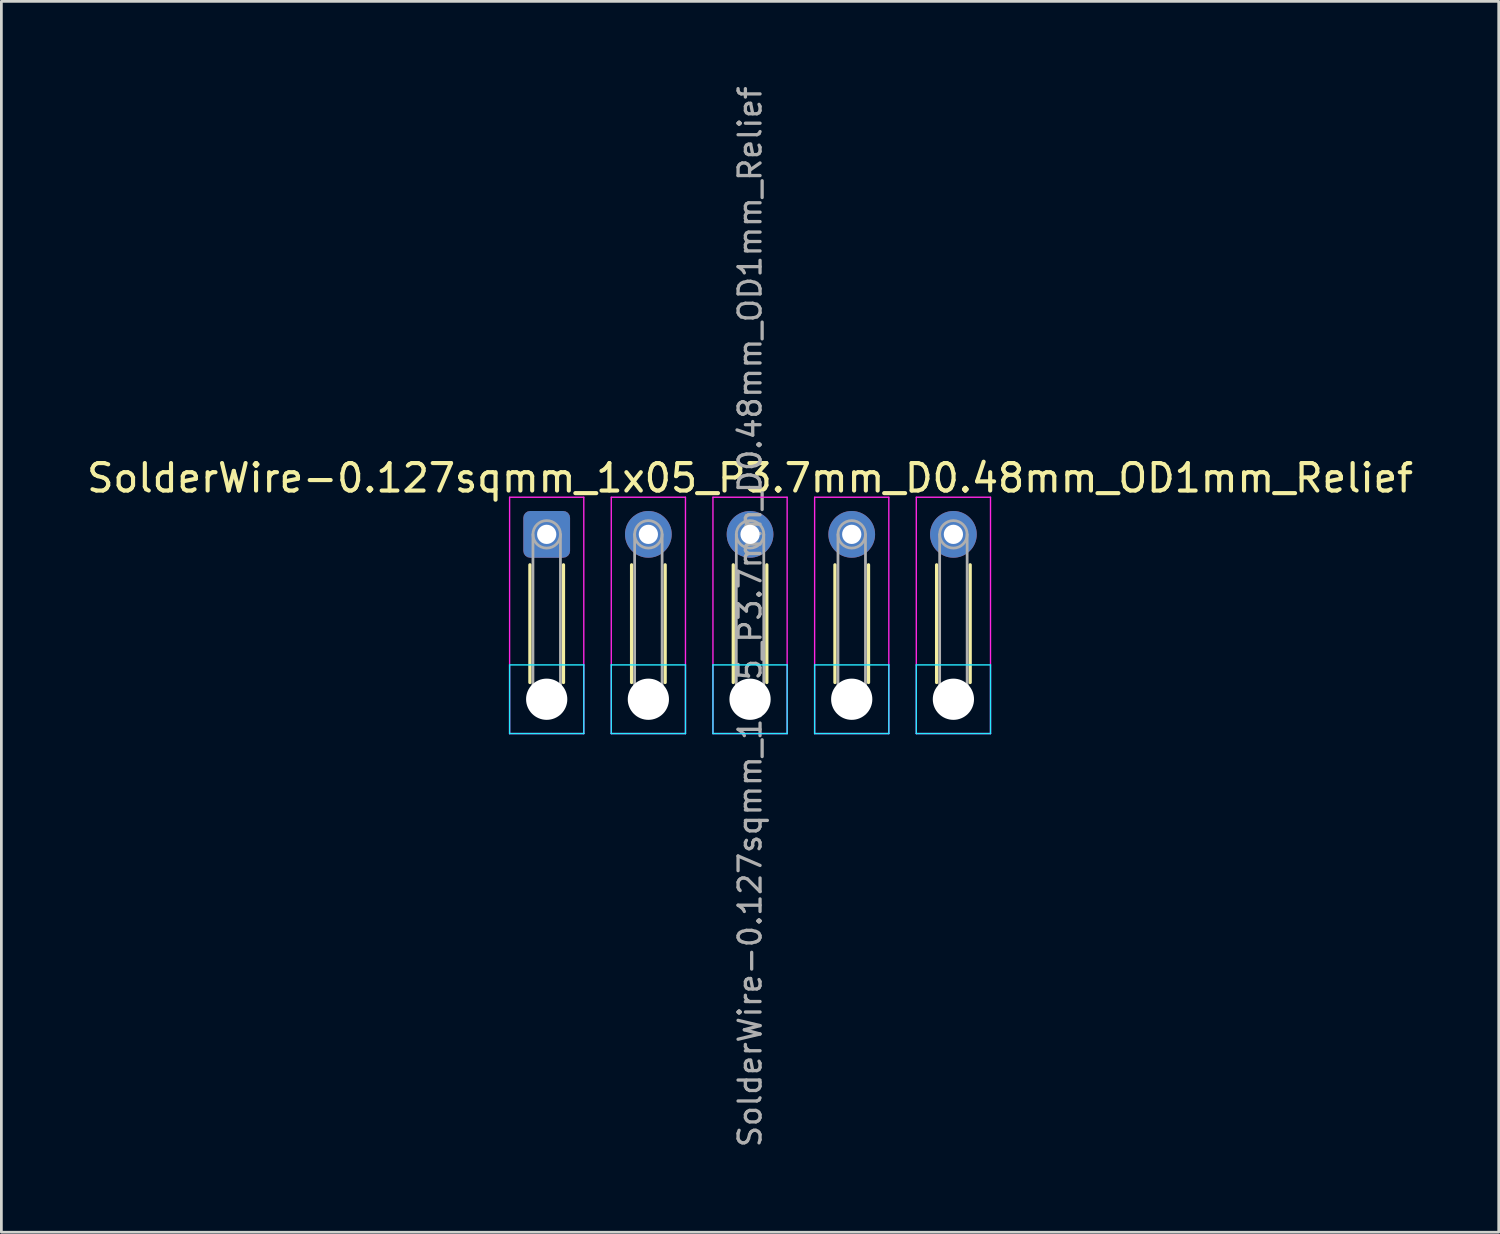
<source format=kicad_pcb>
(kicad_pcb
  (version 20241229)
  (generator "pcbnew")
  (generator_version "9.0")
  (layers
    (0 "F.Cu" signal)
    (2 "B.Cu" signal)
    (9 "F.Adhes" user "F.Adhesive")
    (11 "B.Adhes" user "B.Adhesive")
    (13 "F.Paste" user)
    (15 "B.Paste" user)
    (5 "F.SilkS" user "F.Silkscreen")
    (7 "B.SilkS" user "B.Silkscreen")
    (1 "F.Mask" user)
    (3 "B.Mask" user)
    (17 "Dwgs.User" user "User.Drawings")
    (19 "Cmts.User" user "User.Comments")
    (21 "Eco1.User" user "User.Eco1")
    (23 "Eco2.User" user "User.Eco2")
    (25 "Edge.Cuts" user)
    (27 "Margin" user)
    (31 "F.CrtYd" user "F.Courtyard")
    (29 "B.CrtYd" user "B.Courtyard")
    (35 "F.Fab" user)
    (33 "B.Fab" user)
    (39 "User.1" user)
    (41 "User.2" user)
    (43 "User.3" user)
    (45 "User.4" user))
  (footprint "SolderWire-0.127sqmm_1x05_P3.7mm_D0.48mm_OD1mm_Relief"
    (layer "F.Cu")
    (at 16.844 16.395)
    (property "Reference" "SolderWire-0.127sqmm_1x05_P3.7mm_D0.48mm_OD1mm_Relief" (at 7.4 -2.05 0) (layer "F.SilkS") (effects (font (size 1 1) (thickness 0.15))))
    (attr exclude_from_pos_files exclude_from_bom)
    (fp_line (start -0.61 1.11) (end -0.61 5.39) (stroke (width 0.12) (type solid)) (layer "F.SilkS"))
    (fp_line (start 0.61 1.11) (end 0.61 5.39) (stroke (width 0.12) (type solid)) (layer "F.SilkS"))
    (fp_line (start 3.09 1.11) (end 3.09 5.39) (stroke (width 0.12) (type solid)) (layer "F.SilkS"))
    (fp_line (start 4.31 1.11) (end 4.31 5.39) (stroke (width 0.12) (type solid)) (layer "F.SilkS"))
    (fp_line (start 6.79 1.11) (end 6.79 5.39) (stroke (width 0.12) (type solid)) (layer "F.SilkS"))
    (fp_line (start 8.01 1.11) (end 8.01 5.39) (stroke (width 0.12) (type solid)) (layer "F.SilkS"))
    (fp_line (start 10.49 1.11) (end 10.49 5.39) (stroke (width 0.12) (type solid)) (layer "F.SilkS"))
    (fp_line (start 11.71 1.11) (end 11.71 5.39) (stroke (width 0.12) (type solid)) (layer "F.SilkS"))
    (fp_line (start 14.19 1.11) (end 14.19 5.39) (stroke (width 0.12) (type solid)) (layer "F.SilkS"))
    (fp_line (start 15.41 1.11) (end 15.41 5.39) (stroke (width 0.12) (type solid)) (layer "F.SilkS"))
    (fp_line (start -1.35 4.75) (end -1.35 7.25) (stroke (width 0.05) (type solid)) (layer "B.CrtYd"))
    (fp_line (start -1.35 7.25) (end 1.35 7.25) (stroke (width 0.05) (type solid)) (layer "B.CrtYd"))
    (fp_line (start 1.35 4.75) (end -1.35 4.75) (stroke (width 0.05) (type solid)) (layer "B.CrtYd"))
    (fp_line (start 1.35 7.25) (end 1.35 4.75) (stroke (width 0.05) (type solid)) (layer "B.CrtYd"))
    (fp_line (start 2.35 4.75) (end 2.35 7.25) (stroke (width 0.05) (type solid)) (layer "B.CrtYd"))
    (fp_line (start 2.35 7.25) (end 5.05 7.25) (stroke (width 0.05) (type solid)) (layer "B.CrtYd"))
    (fp_line (start 5.05 4.75) (end 2.35 4.75) (stroke (width 0.05) (type solid)) (layer "B.CrtYd"))
    (fp_line (start 5.05 7.25) (end 5.05 4.75) (stroke (width 0.05) (type solid)) (layer "B.CrtYd"))
    (fp_line (start 6.05 4.75) (end 6.05 7.25) (stroke (width 0.05) (type solid)) (layer "B.CrtYd"))
    (fp_line (start 6.05 7.25) (end 8.75 7.25) (stroke (width 0.05) (type solid)) (layer "B.CrtYd"))
    (fp_line (start 8.75 4.75) (end 6.05 4.75) (stroke (width 0.05) (type solid)) (layer "B.CrtYd"))
    (fp_line (start 8.75 7.25) (end 8.75 4.75) (stroke (width 0.05) (type solid)) (layer "B.CrtYd"))
    (fp_line (start 9.75 4.75) (end 9.75 7.25) (stroke (width 0.05) (type solid)) (layer "B.CrtYd"))
    (fp_line (start 9.75 7.25) (end 12.45 7.25) (stroke (width 0.05) (type solid)) (layer "B.CrtYd"))
    (fp_line (start 12.45 4.75) (end 9.75 4.75) (stroke (width 0.05) (type solid)) (layer "B.CrtYd"))
    (fp_line (start 12.45 7.25) (end 12.45 4.75) (stroke (width 0.05) (type solid)) (layer "B.CrtYd"))
    (fp_line (start 13.45 4.75) (end 13.45 7.25) (stroke (width 0.05) (type solid)) (layer "B.CrtYd"))
    (fp_line (start 13.45 7.25) (end 16.15 7.25) (stroke (width 0.05) (type solid)) (layer "B.CrtYd"))
    (fp_line (start 16.15 4.75) (end 13.45 4.75) (stroke (width 0.05) (type solid)) (layer "B.CrtYd"))
    (fp_line (start 16.15 7.25) (end 16.15 4.75) (stroke (width 0.05) (type solid)) (layer "B.CrtYd"))
    (fp_line (start -1.35 -1.35) (end -1.35 7.25) (stroke (width 0.05) (type solid)) (layer "F.CrtYd"))
    (fp_line (start -1.35 7.25) (end 1.35 7.25) (stroke (width 0.05) (type solid)) (layer "F.CrtYd"))
    (fp_line (start 1.35 -1.35) (end -1.35 -1.35) (stroke (width 0.05) (type solid)) (layer "F.CrtYd"))
    (fp_line (start 1.35 7.25) (end 1.35 -1.35) (stroke (width 0.05) (type solid)) (layer "F.CrtYd"))
    (fp_line (start 2.35 -1.35) (end 2.35 7.25) (stroke (width 0.05) (type solid)) (layer "F.CrtYd"))
    (fp_line (start 2.35 7.25) (end 5.05 7.25) (stroke (width 0.05) (type solid)) (layer "F.CrtYd"))
    (fp_line (start 5.05 -1.35) (end 2.35 -1.35) (stroke (width 0.05) (type solid)) (layer "F.CrtYd"))
    (fp_line (start 5.05 7.25) (end 5.05 -1.35) (stroke (width 0.05) (type solid)) (layer "F.CrtYd"))
    (fp_line (start 6.05 -1.35) (end 6.05 7.25) (stroke (width 0.05) (type solid)) (layer "F.CrtYd"))
    (fp_line (start 6.05 7.25) (end 8.75 7.25) (stroke (width 0.05) (type solid)) (layer "F.CrtYd"))
    (fp_line (start 8.75 -1.35) (end 6.05 -1.35) (stroke (width 0.05) (type solid)) (layer "F.CrtYd"))
    (fp_line (start 8.75 7.25) (end 8.75 -1.35) (stroke (width 0.05) (type solid)) (layer "F.CrtYd"))
    (fp_line (start 9.75 -1.35) (end 9.75 7.25) (stroke (width 0.05) (type solid)) (layer "F.CrtYd"))
    (fp_line (start 9.75 7.25) (end 12.45 7.25) (stroke (width 0.05) (type solid)) (layer "F.CrtYd"))
    (fp_line (start 12.45 -1.35) (end 9.75 -1.35) (stroke (width 0.05) (type solid)) (layer "F.CrtYd"))
    (fp_line (start 12.45 7.25) (end 12.45 -1.35) (stroke (width 0.05) (type solid)) (layer "F.CrtYd"))
    (fp_line (start 13.45 -1.35) (end 13.45 7.25) (stroke (width 0.05) (type solid)) (layer "F.CrtYd"))
    (fp_line (start 13.45 7.25) (end 16.15 7.25) (stroke (width 0.05) (type solid)) (layer "F.CrtYd"))
    (fp_line (start 16.15 -1.35) (end 13.45 -1.35) (stroke (width 0.05) (type solid)) (layer "F.CrtYd"))
    (fp_line (start 16.15 7.25) (end 16.15 -1.35) (stroke (width 0.05) (type solid)) (layer "F.CrtYd"))
    (fp_line (start -0.5 0) (end -0.5 6) (stroke (width 0.1) (type solid)) (layer "F.Fab"))
    (fp_line (start 0.5 0) (end 0.5 6) (stroke (width 0.1) (type solid)) (layer "F.Fab"))
    (fp_line (start 3.2 0) (end 3.2 6) (stroke (width 0.1) (type solid)) (layer "F.Fab"))
    (fp_line (start 4.2 0) (end 4.2 6) (stroke (width 0.1) (type solid)) (layer "F.Fab"))
    (fp_line (start 6.9 0) (end 6.9 6) (stroke (width 0.1) (type solid)) (layer "F.Fab"))
    (fp_line (start 7.9 0) (end 7.9 6) (stroke (width 0.1) (type solid)) (layer "F.Fab"))
    (fp_line (start 10.6 0) (end 10.6 6) (stroke (width 0.1) (type solid)) (layer "F.Fab"))
    (fp_line (start 11.6 0) (end 11.6 6) (stroke (width 0.1) (type solid)) (layer "F.Fab"))
    (fp_line (start 14.3 0) (end 14.3 6) (stroke (width 0.1) (type solid)) (layer "F.Fab"))
    (fp_line (start 15.3 0) (end 15.3 6) (stroke (width 0.1) (type solid)) (layer "F.Fab"))
    (fp_circle (center 0 0) (end 0.5 0) (stroke (width 0.1) (type solid)) (fill no) (layer "F.Fab"))
    (fp_circle (center 0 6) (end 0.5 6) (stroke (width 0.1) (type solid)) (fill no) (layer "F.Fab"))
    (fp_circle (center 3.7 0) (end 4.2 0) (stroke (width 0.1) (type solid)) (fill no) (layer "F.Fab"))
    (fp_circle (center 3.7 6) (end 4.2 6) (stroke (width 0.1) (type solid)) (fill no) (layer "F.Fab"))
    (fp_circle (center 7.4 0) (end 7.9 0) (stroke (width 0.1) (type solid)) (fill no) (layer "F.Fab"))
    (fp_circle (center 7.4 6) (end 7.9 6) (stroke (width 0.1) (type solid)) (fill no) (layer "F.Fab"))
    (fp_circle (center 11.1 0) (end 11.6 0) (stroke (width 0.1) (type solid)) (fill no) (layer "F.Fab"))
    (fp_circle (center 11.1 6) (end 11.6 6) (stroke (width 0.1) (type solid)) (fill no) (layer "F.Fab"))
    (fp_circle (center 14.8 0) (end 15.3 0) (stroke (width 0.1) (type solid)) (fill no) (layer "F.Fab"))
    (fp_circle (center 14.8 6) (end 15.3 6) (stroke (width 0.1) (type solid)) (fill no) (layer "F.Fab"))
    (fp_text user "${REFERENCE}" (at 7.4 3 90) (layer "F.Fab") (effects (font (size 0.8 0.8) (thickness 0.12))))
    (pad "" np_thru_hole circle (at 0 6) (size 1.5 1.5) (drill 1.5) (layers "*.Cu" "*.Mask"))
    (pad "" np_thru_hole circle (at 3.7 6) (size 1.5 1.5) (drill 1.5) (layers "*.Cu" "*.Mask"))
    (pad "" np_thru_hole circle (at 7.4 6) (size 1.5 1.5) (drill 1.5) (layers "*.Cu" "*.Mask"))
    (pad "" np_thru_hole circle (at 11.1 6) (size 1.5 1.5) (drill 1.5) (layers "*.Cu" "*.Mask"))
    (pad "" np_thru_hole circle (at 14.8 6) (size 1.5 1.5) (drill 1.5) (layers "*.Cu" "*.Mask"))
    (pad "1" thru_hole roundrect (at 0 0) (size 1.7 1.7) (drill 0.7) (layers "*.Cu" "*.Mask") (roundrect_rratio 0.147))
    (pad "2" thru_hole circle (at 3.7 0) (size 1.7 1.7) (drill 0.7) (layers "*.Cu" "*.Mask"))
    (pad "3" thru_hole circle (at 7.4 0) (size 1.7 1.7) (drill 0.7) (layers "*.Cu" "*.Mask"))
    (pad "4" thru_hole circle (at 11.1 0) (size 1.7 1.7) (drill 0.7) (layers "*.Cu" "*.Mask"))
    (pad "5" thru_hole circle (at 14.8 0) (size 1.7 1.7) (drill 0.7) (layers "*.Cu" "*.Mask")))
  (gr_rect
    (start -3 -3)
    (end 51.488 41.79)
    (stroke (width 0.1) (type default))
    (fill no)
    (layer "Edge.Cuts")))
</source>
